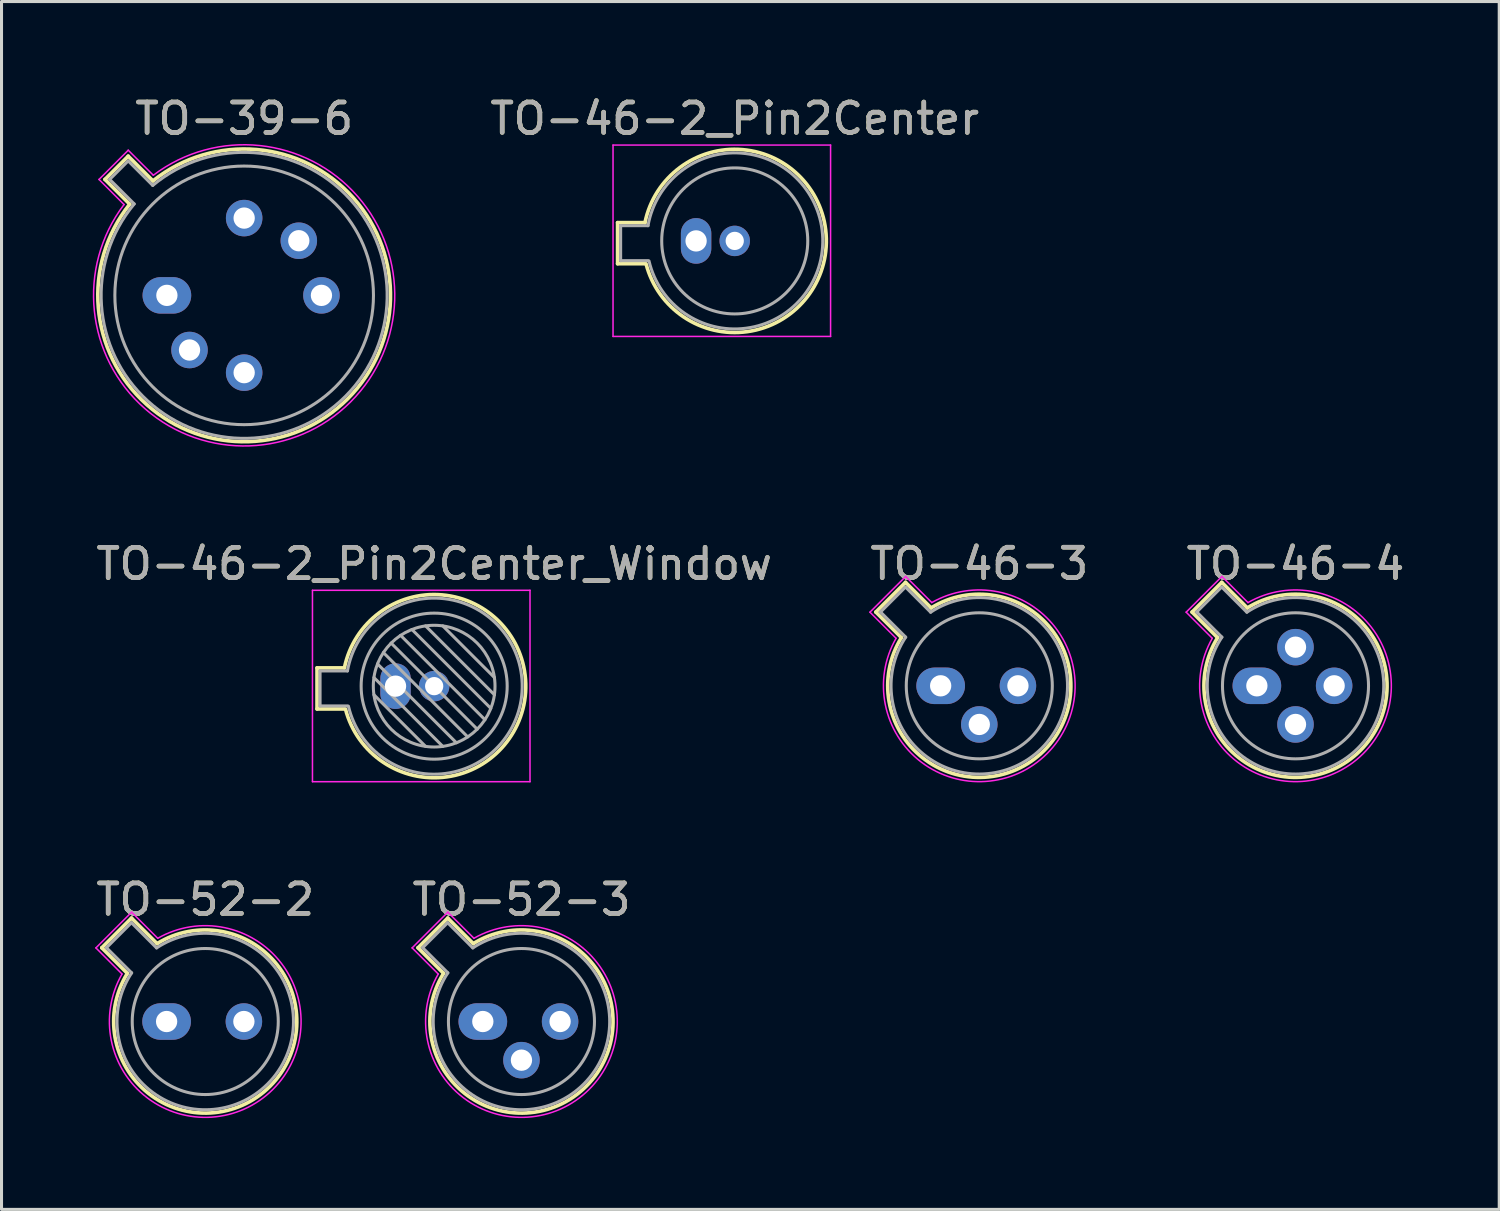
<source format=kicad_pcb>
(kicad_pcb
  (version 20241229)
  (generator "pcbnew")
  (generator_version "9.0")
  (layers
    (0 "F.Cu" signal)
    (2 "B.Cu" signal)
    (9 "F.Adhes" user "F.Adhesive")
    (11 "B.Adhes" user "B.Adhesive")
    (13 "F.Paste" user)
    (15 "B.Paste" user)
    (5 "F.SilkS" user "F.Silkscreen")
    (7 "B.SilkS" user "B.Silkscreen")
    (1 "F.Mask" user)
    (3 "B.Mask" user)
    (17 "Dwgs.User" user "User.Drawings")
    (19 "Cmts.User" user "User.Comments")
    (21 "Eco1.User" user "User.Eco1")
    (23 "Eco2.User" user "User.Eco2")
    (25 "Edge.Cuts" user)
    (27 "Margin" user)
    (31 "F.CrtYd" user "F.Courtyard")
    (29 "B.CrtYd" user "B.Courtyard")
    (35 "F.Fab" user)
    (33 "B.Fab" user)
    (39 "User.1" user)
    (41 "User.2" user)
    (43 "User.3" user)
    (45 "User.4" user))
  (footprint "TO-46-3"
    (layer "F.Cu")
    (at 27.867 19.491)
    (property "Reference" "TO-46-3" (at 1.27 -4.01 0) (layer "F.SilkS") (effects (font (size 1 1) (thickness 0.15))))
    (attr through_hole)
    (fp_line (start -2.13 -2.424) (end -1.29 -1.584) (stroke (width 0.12) (type solid)) (layer "F.SilkS"))
    (fp_line (start -1.154 -3.4) (end -2.13 -2.424) (stroke (width 0.12) (type solid)) (layer "F.SilkS"))
    (fp_line (start -0.314 -2.56) (end -1.154 -3.4) (stroke (width 0.12) (type solid)) (layer "F.SilkS"))
    (fp_arc (start -0.313811 -2.559618) (mid 3.398391 2.128391) (end -1.289618 -1.583811) (stroke (width 0.12) (type solid)) (layer "F.SilkS"))
    (fp_line (start -2.324 -2.42) (end -1.466 -1.562) (stroke (width 0.05) (type solid)) (layer "F.CrtYd"))
    (fp_line (start -1.15 -3.594) (end -2.324 -2.42) (stroke (width 0.05) (type solid)) (layer "F.CrtYd"))
    (fp_line (start -0.292 -2.736) (end -1.15 -3.594) (stroke (width 0.05) (type solid)) (layer "F.CrtYd"))
    (fp_arc (start -0.291775 -2.735573) (mid 3.497386 2.227386) (end -1.465573 -1.561775) (stroke (width 0.05) (type solid)) (layer "F.CrtYd"))
    (fp_line (start -1.977 -2.426) (end -1.149 -1.599) (stroke (width 0.1) (type solid)) (layer "F.Fab"))
    (fp_line (start -1.156 -3.247) (end -1.977 -2.426) (stroke (width 0.1) (type solid)) (layer "F.Fab"))
    (fp_line (start -0.329 -2.419) (end -1.156 -3.247) (stroke (width 0.1) (type solid)) (layer "F.Fab"))
    (fp_arc (start -0.329057 -2.419301) (mid 3.32061 2.05061) (end -1.149301 -1.599057) (stroke (width 0.1) (type solid)) (layer "F.Fab"))
    (fp_circle (center 1.27 0) (end 3.67 0) (stroke (width 0.1) (type solid)) (fill no) (layer "F.Fab"))
    (fp_text user "${REFERENCE}" (at 1.27 -4.01 0) (layer "F.Fab") (effects (font (size 1 1) (thickness 0.15))))
    (pad "1" thru_hole oval (at 0 0) (size 1.6 1.2) (drill 0.7) (layers "*.Cu" "*.Mask"))
    (pad "2" thru_hole circle (at 1.27 1.27) (size 1.2 1.2) (drill 0.7) (layers "*.Cu" "*.Mask"))
    (pad "3" thru_hole circle (at 2.54 0) (size 1.2 1.2) (drill 0.7) (layers "*.Cu" "*.Mask")))
  (footprint "TO-39-6"
    (layer "F.Cu")
    (at 2.435 6.658)
    (property "Reference" "TO-39-6" (at 2.54 -5.81 0) (layer "F.SilkS") (effects (font (size 1 1) (thickness 0.15))))
    (attr through_hole)
    (fp_line (start -2.035 -3.811) (end -1.222 -2.998) (stroke (width 0.12) (type solid)) (layer "F.SilkS"))
    (fp_line (start -1.271 -4.575) (end -2.035 -3.811) (stroke (width 0.12) (type solid)) (layer "F.SilkS"))
    (fp_line (start -0.458 -3.762) (end -1.271 -4.575) (stroke (width 0.12) (type solid)) (layer "F.SilkS"))
    (fp_arc (start -0.457844 -3.76152) (mid 5.941184 3.401184) (end -1.22152 -2.997844) (stroke (width 0.12) (type solid)) (layer "F.SilkS"))
    (fp_line (start -2.231 -3.81) (end -1.408 -2.986) (stroke (width 0.05) (type solid)) (layer "F.CrtYd"))
    (fp_line (start -1.27 -4.771) (end -2.231 -3.81) (stroke (width 0.05) (type solid)) (layer "F.CrtYd"))
    (fp_line (start -0.446 -3.948) (end -1.27 -4.771) (stroke (width 0.05) (type solid)) (layer "F.CrtYd"))
    (fp_arc (start -0.446162 -3.947827) (mid 6.040179 3.500179) (end -1.407827 -2.986162) (stroke (width 0.05) (type solid)) (layer "F.CrtYd"))
    (fp_line (start -1.88 -3.812) (end -1.074 -3.005) (stroke (width 0.1) (type solid)) (layer "F.Fab"))
    (fp_line (start -1.272 -4.42) (end -1.88 -3.812) (stroke (width 0.1) (type solid)) (layer "F.Fab"))
    (fp_line (start -0.465 -3.614) (end -1.272 -4.42) (stroke (width 0.1) (type solid)) (layer "F.Fab"))
    (fp_arc (start -0.465408 -3.61352) (mid 5.863402 3.323402) (end -1.07352 -3.005408) (stroke (width 0.1) (type solid)) (layer "F.Fab"))
    (fp_circle (center 2.54 0) (end 6.79 0) (stroke (width 0.1) (type solid)) (fill no) (layer "F.Fab"))
    (fp_text user "${REFERENCE}" (at 2.54 -5.81 0) (layer "F.Fab") (effects (font (size 1 1) (thickness 0.15))))
    (pad "1" thru_hole oval (at 0 0) (size 1.6 1.2) (drill 0.7) (layers "*.Cu" "*.Mask"))
    (pad "2" thru_hole circle (at 0.744 1.796) (size 1.2 1.2) (drill 0.7) (layers "*.Cu" "*.Mask"))
    (pad "3" thru_hole circle (at 2.54 2.54) (size 1.2 1.2) (drill 0.7) (layers "*.Cu" "*.Mask"))
    (pad "4" thru_hole circle (at 5.08 0) (size 1.2 1.2) (drill 0.7) (layers "*.Cu" "*.Mask"))
    (pad "5" thru_hole circle (at 4.336 -1.796) (size 1.2 1.2) (drill 0.7) (layers "*.Cu" "*.Mask"))
    (pad "6" thru_hole circle (at 2.54 -2.54) (size 1.2 1.2) (drill 0.7) (layers "*.Cu" "*.Mask")))
  (footprint "TO-52-3"
    (layer "F.Cu")
    (at 12.819 30.525)
    (property "Reference" "TO-52-3" (at 1.27 -4.01 0) (layer "F.SilkS") (effects (font (size 1 1) (thickness 0.15))))
    (attr through_hole)
    (fp_line (start -2.13 -2.424) (end -1.29 -1.584) (stroke (width 0.12) (type solid)) (layer "F.SilkS"))
    (fp_line (start -1.154 -3.4) (end -2.13 -2.424) (stroke (width 0.12) (type solid)) (layer "F.SilkS"))
    (fp_line (start -0.314 -2.56) (end -1.154 -3.4) (stroke (width 0.12) (type solid)) (layer "F.SilkS"))
    (fp_arc (start -0.313811 -2.559618) (mid 3.398391 2.128391) (end -1.289618 -1.583811) (stroke (width 0.12) (type solid)) (layer "F.SilkS"))
    (fp_line (start -2.324 -2.42) (end -1.466 -1.562) (stroke (width 0.05) (type solid)) (layer "F.CrtYd"))
    (fp_line (start -1.15 -3.594) (end -2.324 -2.42) (stroke (width 0.05) (type solid)) (layer "F.CrtYd"))
    (fp_line (start -0.292 -2.736) (end -1.15 -3.594) (stroke (width 0.05) (type solid)) (layer "F.CrtYd"))
    (fp_arc (start -0.291775 -2.735573) (mid 3.497386 2.227386) (end -1.465573 -1.561775) (stroke (width 0.05) (type solid)) (layer "F.CrtYd"))
    (fp_line (start -1.977 -2.426) (end -1.149 -1.599) (stroke (width 0.1) (type solid)) (layer "F.Fab"))
    (fp_line (start -1.156 -3.247) (end -1.977 -2.426) (stroke (width 0.1) (type solid)) (layer "F.Fab"))
    (fp_line (start -0.329 -2.419) (end -1.156 -3.247) (stroke (width 0.1) (type solid)) (layer "F.Fab"))
    (fp_arc (start -0.329057 -2.419301) (mid 3.32061 2.05061) (end -1.149301 -1.599057) (stroke (width 0.1) (type solid)) (layer "F.Fab"))
    (fp_circle (center 1.27 0) (end 3.67 0) (stroke (width 0.1) (type solid)) (fill no) (layer "F.Fab"))
    (fp_text user "${REFERENCE}" (at 1.27 -4.01 0) (layer "F.Fab") (effects (font (size 1 1) (thickness 0.15))))
    (pad "1" thru_hole oval (at 0 0) (size 1.6 1.2) (drill 0.7) (layers "*.Cu" "*.Mask"))
    (pad "2" thru_hole circle (at 1.27 1.27) (size 1.2 1.2) (drill 0.7) (layers "*.Cu" "*.Mask"))
    (pad "3" thru_hole circle (at 2.54 0) (size 1.2 1.2) (drill 0.7) (layers "*.Cu" "*.Mask")))
  (footprint "TO-46-2_Pin2Center_Window"
    (layer "F.Cu")
    (at 9.95 19.502)
    (property "Reference" "TO-46-2_Pin2Center_Window" (at 1.27 -4.02 0) (layer "F.SilkS") (effects (font (size 1 1) (thickness 0.15))))
    (attr through_hole)
    (fp_line (start -2.58 -0.6) (end -2.58 0.75) (stroke (width 0.12) (type solid)) (layer "F.SilkS"))
    (fp_line (start -2.58 0.75) (end -1.68 0.75) (stroke (width 0.12) (type solid)) (layer "F.SilkS"))
    (fp_line (start -1.68 -0.6) (end -2.58 -0.6) (stroke (width 0.12) (type solid)) (layer "F.SilkS"))
    (fp_arc (start -1.68 -0.6) (mid 4.279362 -0.078983) (end -1.644465 0.753918) (stroke (width 0.12) (type solid)) (layer "F.SilkS"))
    (fp_line (start -2.73 -3.15) (end -2.73 3.14) (stroke (width 0.05) (type solid)) (layer "F.CrtYd"))
    (fp_line (start -2.73 -3.15) (end 4.42 -3.15) (stroke (width 0.05) (type solid)) (layer "F.CrtYd"))
    (fp_line (start 4.42 3.14) (end -2.73 3.14) (stroke (width 0.05) (type solid)) (layer "F.CrtYd"))
    (fp_line (start 4.42 3.14) (end 4.42 -3.15) (stroke (width 0.05) (type solid)) (layer "F.CrtYd"))
    (fp_line (start -2.48 -0.5) (end -2.48 0.65) (stroke (width 0.1) (type solid)) (layer "F.Fab"))
    (fp_line (start -2.48 0.65) (end -1.58 0.65) (stroke (width 0.1) (type solid)) (layer "F.Fab"))
    (fp_line (start -1.58 -0.5) (end -2.48 -0.5) (stroke (width 0.1) (type solid)) (layer "F.Fab"))
    (fp_line (start -0.71 -0.283) (end 1.553 1.98) (stroke (width 0.1) (type solid)) (layer "F.Fab"))
    (fp_line (start -0.71 0.283) (end 0.987 1.98) (stroke (width 0.1) (type solid)) (layer "F.Fab"))
    (fp_line (start -0.592 -0.731) (end 2.001 1.862) (stroke (width 0.1) (type solid)) (layer "F.Fab"))
    (fp_line (start -0.399 -1.103) (end 2.373 1.669) (stroke (width 0.1) (type solid)) (layer "F.Fab"))
    (fp_line (start -0.145 -1.415) (end 2.685 1.415) (stroke (width 0.1) (type solid)) (layer "F.Fab"))
    (fp_line (start 0.167 -1.669) (end 2.939 1.103) (stroke (width 0.1) (type solid)) (layer "F.Fab"))
    (fp_line (start 0.539 -1.862) (end 3.132 0.731) (stroke (width 0.1) (type solid)) (layer "F.Fab"))
    (fp_line (start 0.987 -1.98) (end 3.25 0.283) (stroke (width 0.1) (type solid)) (layer "F.Fab"))
    (fp_line (start 1.553 -1.98) (end 3.25 -0.283) (stroke (width 0.1) (type solid)) (layer "F.Fab"))
    (fp_arc (start -1.58 -0.5) (mid 4.1624 -0.08076) (end -1.54766 0.65825) (stroke (width 0.1) (type solid)) (layer "F.Fab"))
    (fp_circle (center 1.27 0) (end 3.27 0) (stroke (width 0.1) (type solid)) (fill no) (layer "F.Fab"))
    (fp_circle (center 1.27 0) (end 3.67 0) (stroke (width 0.1) (type solid)) (fill no) (layer "F.Fab"))
    (fp_text user "${REFERENCE}" (at 1.27 -4.02 0) (layer "F.Fab") (effects (font (size 1 1) (thickness 0.15))))
    (pad "1" thru_hole oval (at 0 0 90) (size 1.5 1) (drill 0.7) (layers "*.Cu" "*.Mask"))
    (pad "2" thru_hole oval (at 1.27 0) (size 1 1) (drill 0.6) (layers "*.Cu" "*.Mask")))
  (footprint "TO-46-2_Pin2Center"
    (layer "F.Cu")
    (at 19.829 4.868)
    (property "Reference" "TO-46-2_Pin2Center" (at 1.27 -4.02 0) (layer "F.SilkS") (effects (font (size 1 1) (thickness 0.15))))
    (attr through_hole)
    (fp_line (start -2.58 -0.6) (end -2.58 0.75) (stroke (width 0.12) (type solid)) (layer "F.SilkS"))
    (fp_line (start -2.58 0.75) (end -1.68 0.75) (stroke (width 0.12) (type solid)) (layer "F.SilkS"))
    (fp_line (start -1.68 -0.6) (end -2.58 -0.6) (stroke (width 0.12) (type solid)) (layer "F.SilkS"))
    (fp_arc (start -1.68 -0.6) (mid 4.279362 -0.078983) (end -1.644465 0.753918) (stroke (width 0.12) (type solid)) (layer "F.SilkS"))
    (fp_line (start -2.73 -3.15) (end -2.73 3.14) (stroke (width 0.05) (type solid)) (layer "F.CrtYd"))
    (fp_line (start -2.73 -3.15) (end 4.42 -3.15) (stroke (width 0.05) (type solid)) (layer "F.CrtYd"))
    (fp_line (start 4.42 3.14) (end -2.73 3.14) (stroke (width 0.05) (type solid)) (layer "F.CrtYd"))
    (fp_line (start 4.42 3.14) (end 4.42 -3.15) (stroke (width 0.05) (type solid)) (layer "F.CrtYd"))
    (fp_line (start -2.48 -0.5) (end -2.48 0.65) (stroke (width 0.1) (type solid)) (layer "F.Fab"))
    (fp_line (start -2.48 0.65) (end -1.58 0.65) (stroke (width 0.1) (type solid)) (layer "F.Fab"))
    (fp_line (start -1.58 -0.5) (end -2.48 -0.5) (stroke (width 0.1) (type solid)) (layer "F.Fab"))
    (fp_arc (start -1.58 -0.5) (mid 4.1624 -0.08076) (end -1.54766 0.65825) (stroke (width 0.1) (type solid)) (layer "F.Fab"))
    (fp_circle (center 1.27 0) (end 3.67 0) (stroke (width 0.1) (type solid)) (fill no) (layer "F.Fab"))
    (fp_text user "${REFERENCE}" (at 1.27 -4.02 0) (layer "F.Fab") (effects (font (size 1 1) (thickness 0.15))))
    (pad "1" thru_hole oval (at 0 0 90) (size 1.5 1) (drill 0.7) (layers "*.Cu" "*.Mask"))
    (pad "2" thru_hole oval (at 1.27 0) (size 1 1) (drill 0.6) (layers "*.Cu" "*.Mask")))
  (footprint "TO-46-4"
    (layer "F.Cu")
    (at 38.26 19.491)
    (property "Reference" "TO-46-4" (at 1.27 -4.01 0) (layer "F.SilkS") (effects (font (size 1 1) (thickness 0.15))))
    (attr through_hole)
    (fp_line (start -2.13 -2.424) (end -1.29 -1.584) (stroke (width 0.12) (type solid)) (layer "F.SilkS"))
    (fp_line (start -1.154 -3.4) (end -2.13 -2.424) (stroke (width 0.12) (type solid)) (layer "F.SilkS"))
    (fp_line (start -0.314 -2.56) (end -1.154 -3.4) (stroke (width 0.12) (type solid)) (layer "F.SilkS"))
    (fp_arc (start -0.313811 -2.559618) (mid 3.398391 2.128391) (end -1.289618 -1.583811) (stroke (width 0.12) (type solid)) (layer "F.SilkS"))
    (fp_line (start -2.324 -2.42) (end -1.466 -1.562) (stroke (width 0.05) (type solid)) (layer "F.CrtYd"))
    (fp_line (start -1.15 -3.594) (end -2.324 -2.42) (stroke (width 0.05) (type solid)) (layer "F.CrtYd"))
    (fp_line (start -0.292 -2.736) (end -1.15 -3.594) (stroke (width 0.05) (type solid)) (layer "F.CrtYd"))
    (fp_arc (start -0.291775 -2.735573) (mid 3.497386 2.227386) (end -1.465573 -1.561775) (stroke (width 0.05) (type solid)) (layer "F.CrtYd"))
    (fp_line (start -1.977 -2.426) (end -1.149 -1.599) (stroke (width 0.1) (type solid)) (layer "F.Fab"))
    (fp_line (start -1.156 -3.247) (end -1.977 -2.426) (stroke (width 0.1) (type solid)) (layer "F.Fab"))
    (fp_line (start -0.329 -2.419) (end -1.156 -3.247) (stroke (width 0.1) (type solid)) (layer "F.Fab"))
    (fp_arc (start -0.329057 -2.419301) (mid 3.32061 2.05061) (end -1.149301 -1.599057) (stroke (width 0.1) (type solid)) (layer "F.Fab"))
    (fp_circle (center 1.27 0) (end 3.67 0) (stroke (width 0.1) (type solid)) (fill no) (layer "F.Fab"))
    (fp_text user "${REFERENCE}" (at 1.27 -4.01 0) (layer "F.Fab") (effects (font (size 1 1) (thickness 0.15))))
    (pad "1" thru_hole oval (at 0 0) (size 1.6 1.2) (drill 0.7) (layers "*.Cu" "*.Mask"))
    (pad "2" thru_hole circle (at 1.27 1.27) (size 1.2 1.2) (drill 0.7) (layers "*.Cu" "*.Mask"))
    (pad "3" thru_hole circle (at 2.54 0) (size 1.2 1.2) (drill 0.7) (layers "*.Cu" "*.Mask"))
    (pad "4" thru_hole circle (at 1.27 -1.27) (size 1.2 1.2) (drill 0.7) (layers "*.Cu" "*.Mask")))
  (footprint "TO-52-2"
    (layer "F.Cu")
    (at 2.426 30.525)
    (property "Reference" "TO-52-2" (at 1.27 -4.01 0) (layer "F.SilkS") (effects (font (size 1 1) (thickness 0.15))))
    (attr through_hole)
    (fp_line (start -2.13 -2.424) (end -1.29 -1.584) (stroke (width 0.12) (type solid)) (layer "F.SilkS"))
    (fp_line (start -1.154 -3.4) (end -2.13 -2.424) (stroke (width 0.12) (type solid)) (layer "F.SilkS"))
    (fp_line (start -0.314 -2.56) (end -1.154 -3.4) (stroke (width 0.12) (type solid)) (layer "F.SilkS"))
    (fp_arc (start -0.313811 -2.559618) (mid 3.398391 2.128391) (end -1.289618 -1.583811) (stroke (width 0.12) (type solid)) (layer "F.SilkS"))
    (fp_line (start -2.324 -2.42) (end -1.466 -1.562) (stroke (width 0.05) (type solid)) (layer "F.CrtYd"))
    (fp_line (start -1.15 -3.594) (end -2.324 -2.42) (stroke (width 0.05) (type solid)) (layer "F.CrtYd"))
    (fp_line (start -0.292 -2.736) (end -1.15 -3.594) (stroke (width 0.05) (type solid)) (layer "F.CrtYd"))
    (fp_arc (start -0.291775 -2.735573) (mid 3.497386 2.227386) (end -1.465573 -1.561775) (stroke (width 0.05) (type solid)) (layer "F.CrtYd"))
    (fp_line (start -1.977 -2.426) (end -1.149 -1.599) (stroke (width 0.1) (type solid)) (layer "F.Fab"))
    (fp_line (start -1.156 -3.247) (end -1.977 -2.426) (stroke (width 0.1) (type solid)) (layer "F.Fab"))
    (fp_line (start -0.329 -2.419) (end -1.156 -3.247) (stroke (width 0.1) (type solid)) (layer "F.Fab"))
    (fp_arc (start -0.329057 -2.419301) (mid 3.32061 2.05061) (end -1.149301 -1.599057) (stroke (width 0.1) (type solid)) (layer "F.Fab"))
    (fp_circle (center 1.27 0) (end 3.67 0) (stroke (width 0.1) (type solid)) (fill no) (layer "F.Fab"))
    (fp_text user "${REFERENCE}" (at 1.27 -4.01 0) (layer "F.Fab") (effects (font (size 1 1) (thickness 0.15))))
    (pad "1" thru_hole oval (at 0 0) (size 1.6 1.2) (drill 0.7) (layers "*.Cu" "*.Mask"))
    (pad "2" thru_hole circle (at 2.54 0) (size 1.2 1.2) (drill 0.7) (layers "*.Cu" "*.Mask")))
  (gr_rect
    (start -3 -3)
    (end 46.226 36.7)
    (stroke (width 0.1) (type default))
    (fill no)
    (layer "Edge.Cuts")))
</source>
